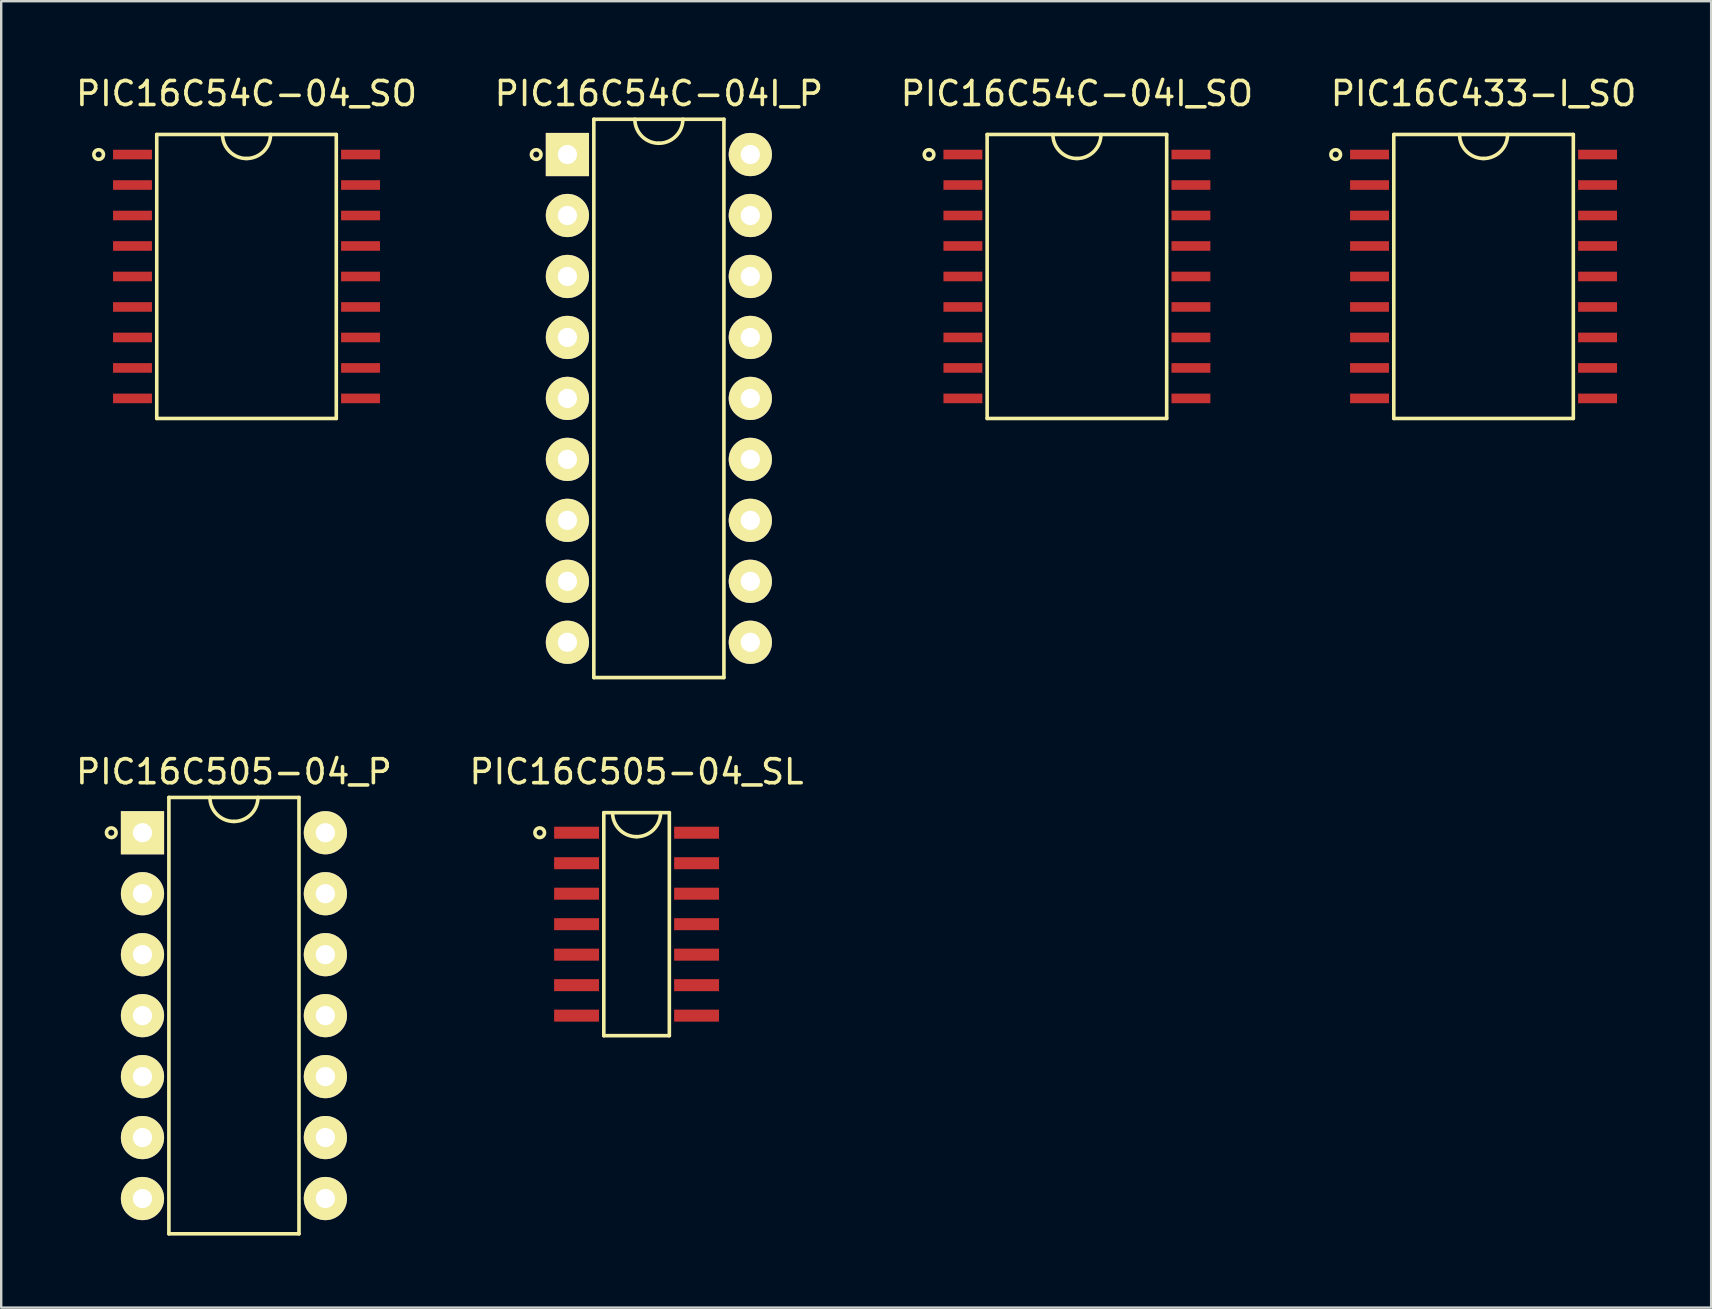
<source format=kicad_pcb>
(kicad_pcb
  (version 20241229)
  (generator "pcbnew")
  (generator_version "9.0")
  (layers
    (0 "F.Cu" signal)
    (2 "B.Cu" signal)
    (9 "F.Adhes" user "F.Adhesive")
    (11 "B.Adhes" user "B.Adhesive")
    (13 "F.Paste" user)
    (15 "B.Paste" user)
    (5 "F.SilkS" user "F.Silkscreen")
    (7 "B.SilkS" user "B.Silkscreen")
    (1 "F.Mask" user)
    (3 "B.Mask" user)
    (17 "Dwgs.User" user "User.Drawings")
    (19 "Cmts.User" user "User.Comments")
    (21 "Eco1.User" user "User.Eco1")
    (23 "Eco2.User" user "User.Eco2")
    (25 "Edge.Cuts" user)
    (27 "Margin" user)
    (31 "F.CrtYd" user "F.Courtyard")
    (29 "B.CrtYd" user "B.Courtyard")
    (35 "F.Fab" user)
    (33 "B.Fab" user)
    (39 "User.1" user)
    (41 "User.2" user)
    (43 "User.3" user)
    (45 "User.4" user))
  (footprint "PIC16C54C-04I_P"
    (layer "F.Cu")
    (at 20.589 3.388)
    (property "Reference" "PIC16C54C-04I_P" (at 3.81 -2.54 0) (layer "F.SilkS") (effects (font (size 1 1) (thickness 0.15))))
    (attr through_hole)
    (fp_line (start 1.1 -1.47) (end 6.52 -1.47) (stroke (width 0.15) (type solid)) (layer "F.SilkS"))
    (fp_line (start 1.1 21.79) (end 1.1 -1.47) (stroke (width 0.15) (type solid)) (layer "F.SilkS"))
    (fp_line (start 6.52 -1.47) (end 6.52 21.79) (stroke (width 0.15) (type solid)) (layer "F.SilkS"))
    (fp_line (start 6.52 21.79) (end 1.1 21.79) (stroke (width 0.15) (type solid)) (layer "F.SilkS"))
    (fp_arc (start 3.81 -0.47) (mid 3.102893 -0.762893) (end 2.81 -1.47) (stroke (width 0.15) (type solid)) (layer "F.SilkS"))
    (fp_arc (start 4.81 -1.47) (mid 4.517107 -0.762893) (end 3.81 -0.47) (stroke (width 0.15) (type solid)) (layer "F.SilkS"))
    (fp_circle (center -1.3 0) (end -1.3 0.2) (stroke (width 0.15) (type solid)) (fill no) (layer "F.SilkS"))
    (pad "1" thru_hole rect (at 0 0) (size 1.8 1.8) (drill 0.8) (layers "*.Cu" "*.Mask" "F.SilkS"))
    (pad "2" thru_hole circle (at 0 2.54) (size 1.8 1.8) (drill 0.8) (layers "*.Cu" "*.Mask" "F.SilkS"))
    (pad "3" thru_hole circle (at 0 5.08) (size 1.8 1.8) (drill 0.8) (layers "*.Cu" "*.Mask" "F.SilkS"))
    (pad "4" thru_hole circle (at 0 7.62) (size 1.8 1.8) (drill 0.8) (layers "*.Cu" "*.Mask" "F.SilkS"))
    (pad "5" thru_hole circle (at 0 10.16) (size 1.8 1.8) (drill 0.8) (layers "*.Cu" "*.Mask" "F.SilkS"))
    (pad "6" thru_hole circle (at 0 12.7) (size 1.8 1.8) (drill 0.8) (layers "*.Cu" "*.Mask" "F.SilkS"))
    (pad "7" thru_hole circle (at 0 15.24) (size 1.8 1.8) (drill 0.8) (layers "*.Cu" "*.Mask" "F.SilkS"))
    (pad "8" thru_hole circle (at 0 17.78) (size 1.8 1.8) (drill 0.8) (layers "*.Cu" "*.Mask" "F.SilkS"))
    (pad "9" thru_hole circle (at 0 20.32) (size 1.8 1.8) (drill 0.8) (layers "*.Cu" "*.Mask" "F.SilkS"))
    (pad "10" thru_hole circle (at 7.62 20.32) (size 1.8 1.8) (drill 0.8) (layers "*.Cu" "*.Mask" "F.SilkS"))
    (pad "11" thru_hole circle (at 7.62 17.78) (size 1.8 1.8) (drill 0.8) (layers "*.Cu" "*.Mask" "F.SilkS"))
    (pad "12" thru_hole circle (at 7.62 15.24) (size 1.8 1.8) (drill 0.8) (layers "*.Cu" "*.Mask" "F.SilkS"))
    (pad "13" thru_hole circle (at 7.62 12.7) (size 1.8 1.8) (drill 0.8) (layers "*.Cu" "*.Mask" "F.SilkS"))
    (pad "14" thru_hole circle (at 7.62 10.16) (size 1.8 1.8) (drill 0.8) (layers "*.Cu" "*.Mask" "F.SilkS"))
    (pad "15" thru_hole circle (at 7.62 7.62) (size 1.8 1.8) (drill 0.8) (layers "*.Cu" "*.Mask" "F.SilkS"))
    (pad "16" thru_hole circle (at 7.62 5.08) (size 1.8 1.8) (drill 0.8) (layers "*.Cu" "*.Mask" "F.SilkS"))
    (pad "17" thru_hole circle (at 7.62 2.54) (size 1.8 1.8) (drill 0.8) (layers "*.Cu" "*.Mask" "F.SilkS"))
    (pad "18" thru_hole circle (at 7.62 0) (size 1.8 1.8) (drill 0.8) (layers "*.Cu" "*.Mask" "F.SilkS")))
  (footprint "PIC16C505-04_SL"
    (layer "F.Cu")
    (at 20.97 31.642)
    (property "Reference" "PIC16C505-04_SL" (at 2.5 -2.54 0) (layer "F.SilkS") (effects (font (size 1 1) (thickness 0.15))))
    (attr through_hole)
    (fp_line (start 1.135 -0.835) (end 3.865 -0.835) (stroke (width 0.15) (type solid)) (layer "F.SilkS"))
    (fp_line (start 1.135 8.455) (end 1.135 -0.835) (stroke (width 0.15) (type solid)) (layer "F.SilkS"))
    (fp_line (start 3.865 -0.835) (end 3.865 8.455) (stroke (width 0.15) (type solid)) (layer "F.SilkS"))
    (fp_line (start 3.865 8.455) (end 1.135 8.455) (stroke (width 0.15) (type solid)) (layer "F.SilkS"))
    (fp_arc (start 2.5 0.165) (mid 1.792893 -0.127893) (end 1.5 -0.835) (stroke (width 0.15) (type solid)) (layer "F.SilkS"))
    (fp_arc (start 3.5 -0.835) (mid 3.207107 -0.127893) (end 2.5 0.165) (stroke (width 0.15) (type solid)) (layer "F.SilkS"))
    (fp_circle (center -1.535 0) (end -1.535 0.2) (stroke (width 0.15) (type solid)) (fill no) (layer "F.SilkS"))
    (pad "1" smd rect (at 0 0) (size 1.87 0.5) (layers "F.Cu" "F.Mask" "F.Paste"))
    (pad "2" smd rect (at 0 1.27) (size 1.87 0.5) (layers "F.Cu" "F.Mask" "F.Paste"))
    (pad "3" smd rect (at 0 2.54) (size 1.87 0.5) (layers "F.Cu" "F.Mask" "F.Paste"))
    (pad "4" smd rect (at 0 3.81) (size 1.87 0.5) (layers "F.Cu" "F.Mask" "F.Paste"))
    (pad "5" smd rect (at 0 5.08) (size 1.87 0.5) (layers "F.Cu" "F.Mask" "F.Paste"))
    (pad "6" smd rect (at 0 6.35) (size 1.87 0.5) (layers "F.Cu" "F.Mask" "F.Paste"))
    (pad "7" smd rect (at 0 7.62) (size 1.87 0.5) (layers "F.Cu" "F.Mask" "F.Paste"))
    (pad "8" smd rect (at 5 7.62) (size 1.87 0.5) (layers "F.Cu" "F.Mask" "F.Paste"))
    (pad "9" smd rect (at 5 6.35) (size 1.87 0.5) (layers "F.Cu" "F.Mask" "F.Paste"))
    (pad "10" smd rect (at 5 5.08) (size 1.87 0.5) (layers "F.Cu" "F.Mask" "F.Paste"))
    (pad "11" smd rect (at 5 3.81) (size 1.87 0.5) (layers "F.Cu" "F.Mask" "F.Paste"))
    (pad "12" smd rect (at 5 2.54) (size 1.87 0.5) (layers "F.Cu" "F.Mask" "F.Paste"))
    (pad "13" smd rect (at 5 1.27) (size 1.87 0.5) (layers "F.Cu" "F.Mask" "F.Paste"))
    (pad "14" smd rect (at 5 0) (size 1.87 0.5) (layers "F.Cu" "F.Mask" "F.Paste")))
  (footprint "PIC16C54C-04_SO"
    (layer "F.Cu")
    (at 2.47 3.388)
    (property "Reference" "PIC16C54C-04_SO" (at 4.75 -2.54 0) (layer "F.SilkS") (effects (font (size 1 1) (thickness 0.15))))
    (attr through_hole)
    (fp_line (start 1.01 -0.835) (end 8.49 -0.835) (stroke (width 0.15) (type solid)) (layer "F.SilkS"))
    (fp_line (start 1.01 10.995) (end 1.01 -0.835) (stroke (width 0.15) (type solid)) (layer "F.SilkS"))
    (fp_line (start 8.49 -0.835) (end 8.49 10.995) (stroke (width 0.15) (type solid)) (layer "F.SilkS"))
    (fp_line (start 8.49 10.995) (end 1.01 10.995) (stroke (width 0.15) (type solid)) (layer "F.SilkS"))
    (fp_arc (start 4.75 0.165) (mid 4.042893 -0.127893) (end 3.75 -0.835) (stroke (width 0.15) (type solid)) (layer "F.SilkS"))
    (fp_arc (start 5.75 -0.835) (mid 5.457107 -0.127893) (end 4.75 0.165) (stroke (width 0.15) (type solid)) (layer "F.SilkS"))
    (fp_circle (center -1.41 0) (end -1.41 0.2) (stroke (width 0.15) (type solid)) (fill no) (layer "F.SilkS"))
    (pad "1" smd rect (at 0 0) (size 1.62 0.4) (layers "F.Cu" "F.Mask" "F.Paste"))
    (pad "2" smd rect (at 0 1.27) (size 1.62 0.4) (layers "F.Cu" "F.Mask" "F.Paste"))
    (pad "3" smd rect (at 0 2.54) (size 1.62 0.4) (layers "F.Cu" "F.Mask" "F.Paste"))
    (pad "4" smd rect (at 0 3.81) (size 1.62 0.4) (layers "F.Cu" "F.Mask" "F.Paste"))
    (pad "5" smd rect (at 0 5.08) (size 1.62 0.4) (layers "F.Cu" "F.Mask" "F.Paste"))
    (pad "6" smd rect (at 0 6.35) (size 1.62 0.4) (layers "F.Cu" "F.Mask" "F.Paste"))
    (pad "7" smd rect (at 0 7.62) (size 1.62 0.4) (layers "F.Cu" "F.Mask" "F.Paste"))
    (pad "8" smd rect (at 0 8.89) (size 1.62 0.4) (layers "F.Cu" "F.Mask" "F.Paste"))
    (pad "9" smd rect (at 0 10.16) (size 1.62 0.4) (layers "F.Cu" "F.Mask" "F.Paste"))
    (pad "10" smd rect (at 9.5 10.16) (size 1.62 0.4) (layers "F.Cu" "F.Mask" "F.Paste"))
    (pad "11" smd rect (at 9.5 8.89) (size 1.62 0.4) (layers "F.Cu" "F.Mask" "F.Paste"))
    (pad "12" smd rect (at 9.5 7.62) (size 1.62 0.4) (layers "F.Cu" "F.Mask" "F.Paste"))
    (pad "13" smd rect (at 9.5 6.35) (size 1.62 0.4) (layers "F.Cu" "F.Mask" "F.Paste"))
    (pad "14" smd rect (at 9.5 5.08) (size 1.62 0.4) (layers "F.Cu" "F.Mask" "F.Paste"))
    (pad "15" smd rect (at 9.5 3.81) (size 1.62 0.4) (layers "F.Cu" "F.Mask" "F.Paste"))
    (pad "16" smd rect (at 9.5 2.54) (size 1.62 0.4) (layers "F.Cu" "F.Mask" "F.Paste"))
    (pad "17" smd rect (at 9.5 1.27) (size 1.62 0.4) (layers "F.Cu" "F.Mask" "F.Paste"))
    (pad "18" smd rect (at 9.5 0) (size 1.62 0.4) (layers "F.Cu" "F.Mask" "F.Paste")))
  (footprint "PIC16C54C-04I_SO"
    (layer "F.Cu")
    (at 37.065 3.388)
    (property "Reference" "PIC16C54C-04I_SO" (at 4.75 -2.54 0) (layer "F.SilkS") (effects (font (size 1 1) (thickness 0.15))))
    (attr through_hole)
    (fp_line (start 1.01 -0.835) (end 8.49 -0.835) (stroke (width 0.15) (type solid)) (layer "F.SilkS"))
    (fp_line (start 1.01 10.995) (end 1.01 -0.835) (stroke (width 0.15) (type solid)) (layer "F.SilkS"))
    (fp_line (start 8.49 -0.835) (end 8.49 10.995) (stroke (width 0.15) (type solid)) (layer "F.SilkS"))
    (fp_line (start 8.49 10.995) (end 1.01 10.995) (stroke (width 0.15) (type solid)) (layer "F.SilkS"))
    (fp_arc (start 4.75 0.165) (mid 4.042893 -0.127893) (end 3.75 -0.835) (stroke (width 0.15) (type solid)) (layer "F.SilkS"))
    (fp_arc (start 5.75 -0.835) (mid 5.457107 -0.127893) (end 4.75 0.165) (stroke (width 0.15) (type solid)) (layer "F.SilkS"))
    (fp_circle (center -1.41 0) (end -1.41 0.2) (stroke (width 0.15) (type solid)) (fill no) (layer "F.SilkS"))
    (pad "1" smd rect (at 0 0) (size 1.62 0.4) (layers "F.Cu" "F.Mask" "F.Paste"))
    (pad "2" smd rect (at 0 1.27) (size 1.62 0.4) (layers "F.Cu" "F.Mask" "F.Paste"))
    (pad "3" smd rect (at 0 2.54) (size 1.62 0.4) (layers "F.Cu" "F.Mask" "F.Paste"))
    (pad "4" smd rect (at 0 3.81) (size 1.62 0.4) (layers "F.Cu" "F.Mask" "F.Paste"))
    (pad "5" smd rect (at 0 5.08) (size 1.62 0.4) (layers "F.Cu" "F.Mask" "F.Paste"))
    (pad "6" smd rect (at 0 6.35) (size 1.62 0.4) (layers "F.Cu" "F.Mask" "F.Paste"))
    (pad "7" smd rect (at 0 7.62) (size 1.62 0.4) (layers "F.Cu" "F.Mask" "F.Paste"))
    (pad "8" smd rect (at 0 8.89) (size 1.62 0.4) (layers "F.Cu" "F.Mask" "F.Paste"))
    (pad "9" smd rect (at 0 10.16) (size 1.62 0.4) (layers "F.Cu" "F.Mask" "F.Paste"))
    (pad "10" smd rect (at 9.5 10.16) (size 1.62 0.4) (layers "F.Cu" "F.Mask" "F.Paste"))
    (pad "11" smd rect (at 9.5 8.89) (size 1.62 0.4) (layers "F.Cu" "F.Mask" "F.Paste"))
    (pad "12" smd rect (at 9.5 7.62) (size 1.62 0.4) (layers "F.Cu" "F.Mask" "F.Paste"))
    (pad "13" smd rect (at 9.5 6.35) (size 1.62 0.4) (layers "F.Cu" "F.Mask" "F.Paste"))
    (pad "14" smd rect (at 9.5 5.08) (size 1.62 0.4) (layers "F.Cu" "F.Mask" "F.Paste"))
    (pad "15" smd rect (at 9.5 3.81) (size 1.62 0.4) (layers "F.Cu" "F.Mask" "F.Paste"))
    (pad "16" smd rect (at 9.5 2.54) (size 1.62 0.4) (layers "F.Cu" "F.Mask" "F.Paste"))
    (pad "17" smd rect (at 9.5 1.27) (size 1.62 0.4) (layers "F.Cu" "F.Mask" "F.Paste"))
    (pad "18" smd rect (at 9.5 0) (size 1.62 0.4) (layers "F.Cu" "F.Mask" "F.Paste")))
  (footprint "PIC16C433-I_SO"
    (layer "F.Cu")
    (at 54.006 3.388)
    (property "Reference" "PIC16C433-I_SO" (at 4.75 -2.54 0) (layer "F.SilkS") (effects (font (size 1 1) (thickness 0.15))))
    (attr through_hole)
    (fp_line (start 1.01 -0.835) (end 8.49 -0.835) (stroke (width 0.15) (type solid)) (layer "F.SilkS"))
    (fp_line (start 1.01 10.995) (end 1.01 -0.835) (stroke (width 0.15) (type solid)) (layer "F.SilkS"))
    (fp_line (start 8.49 -0.835) (end 8.49 10.995) (stroke (width 0.15) (type solid)) (layer "F.SilkS"))
    (fp_line (start 8.49 10.995) (end 1.01 10.995) (stroke (width 0.15) (type solid)) (layer "F.SilkS"))
    (fp_arc (start 4.75 0.165) (mid 4.042893 -0.127893) (end 3.75 -0.835) (stroke (width 0.15) (type solid)) (layer "F.SilkS"))
    (fp_arc (start 5.75 -0.835) (mid 5.457107 -0.127893) (end 4.75 0.165) (stroke (width 0.15) (type solid)) (layer "F.SilkS"))
    (fp_circle (center -1.41 0) (end -1.41 0.2) (stroke (width 0.15) (type solid)) (fill no) (layer "F.SilkS"))
    (pad "1" smd rect (at 0 0) (size 1.62 0.4) (layers "F.Cu" "F.Mask" "F.Paste"))
    (pad "2" smd rect (at 0 1.27) (size 1.62 0.4) (layers "F.Cu" "F.Mask" "F.Paste"))
    (pad "3" smd rect (at 0 2.54) (size 1.62 0.4) (layers "F.Cu" "F.Mask" "F.Paste"))
    (pad "4" smd rect (at 0 3.81) (size 1.62 0.4) (layers "F.Cu" "F.Mask" "F.Paste"))
    (pad "5" smd rect (at 0 5.08) (size 1.62 0.4) (layers "F.Cu" "F.Mask" "F.Paste"))
    (pad "6" smd rect (at 0 6.35) (size 1.62 0.4) (layers "F.Cu" "F.Mask" "F.Paste"))
    (pad "7" smd rect (at 0 7.62) (size 1.62 0.4) (layers "F.Cu" "F.Mask" "F.Paste"))
    (pad "8" smd rect (at 0 8.89) (size 1.62 0.4) (layers "F.Cu" "F.Mask" "F.Paste"))
    (pad "9" smd rect (at 0 10.16) (size 1.62 0.4) (layers "F.Cu" "F.Mask" "F.Paste"))
    (pad "10" smd rect (at 9.5 10.16) (size 1.62 0.4) (layers "F.Cu" "F.Mask" "F.Paste"))
    (pad "11" smd rect (at 9.5 8.89) (size 1.62 0.4) (layers "F.Cu" "F.Mask" "F.Paste"))
    (pad "12" smd rect (at 9.5 7.62) (size 1.62 0.4) (layers "F.Cu" "F.Mask" "F.Paste"))
    (pad "13" smd rect (at 9.5 6.35) (size 1.62 0.4) (layers "F.Cu" "F.Mask" "F.Paste"))
    (pad "14" smd rect (at 9.5 5.08) (size 1.62 0.4) (layers "F.Cu" "F.Mask" "F.Paste"))
    (pad "15" smd rect (at 9.5 3.81) (size 1.62 0.4) (layers "F.Cu" "F.Mask" "F.Paste"))
    (pad "16" smd rect (at 9.5 2.54) (size 1.62 0.4) (layers "F.Cu" "F.Mask" "F.Paste"))
    (pad "17" smd rect (at 9.5 1.27) (size 1.62 0.4) (layers "F.Cu" "F.Mask" "F.Paste"))
    (pad "18" smd rect (at 9.5 0) (size 1.62 0.4) (layers "F.Cu" "F.Mask" "F.Paste")))
  (footprint "PIC16C505-04_P"
    (layer "F.Cu")
    (at 2.886 31.642)
    (property "Reference" "PIC16C505-04_P" (at 3.81 -2.54 0) (layer "F.SilkS") (effects (font (size 1 1) (thickness 0.15))))
    (attr through_hole)
    (fp_line (start 1.1 -1.47) (end 6.52 -1.47) (stroke (width 0.15) (type solid)) (layer "F.SilkS"))
    (fp_line (start 1.1 16.71) (end 1.1 -1.47) (stroke (width 0.15) (type solid)) (layer "F.SilkS"))
    (fp_line (start 6.52 -1.47) (end 6.52 16.71) (stroke (width 0.15) (type solid)) (layer "F.SilkS"))
    (fp_line (start 6.52 16.71) (end 1.1 16.71) (stroke (width 0.15) (type solid)) (layer "F.SilkS"))
    (fp_arc (start 3.81 -0.47) (mid 3.102893 -0.762893) (end 2.81 -1.47) (stroke (width 0.15) (type solid)) (layer "F.SilkS"))
    (fp_arc (start 4.81 -1.47) (mid 4.517107 -0.762893) (end 3.81 -0.47) (stroke (width 0.15) (type solid)) (layer "F.SilkS"))
    (fp_circle (center -1.3 0) (end -1.3 0.2) (stroke (width 0.15) (type solid)) (fill no) (layer "F.SilkS"))
    (pad "1" thru_hole rect (at 0 0) (size 1.8 1.8) (drill 0.8) (layers "*.Cu" "*.Mask" "F.SilkS"))
    (pad "2" thru_hole circle (at 0 2.54) (size 1.8 1.8) (drill 0.8) (layers "*.Cu" "*.Mask" "F.SilkS"))
    (pad "3" thru_hole circle (at 0 5.08) (size 1.8 1.8) (drill 0.8) (layers "*.Cu" "*.Mask" "F.SilkS"))
    (pad "4" thru_hole circle (at 0 7.62) (size 1.8 1.8) (drill 0.8) (layers "*.Cu" "*.Mask" "F.SilkS"))
    (pad "5" thru_hole circle (at 0 10.16) (size 1.8 1.8) (drill 0.8) (layers "*.Cu" "*.Mask" "F.SilkS"))
    (pad "6" thru_hole circle (at 0 12.7) (size 1.8 1.8) (drill 0.8) (layers "*.Cu" "*.Mask" "F.SilkS"))
    (pad "7" thru_hole circle (at 0 15.24) (size 1.8 1.8) (drill 0.8) (layers "*.Cu" "*.Mask" "F.SilkS"))
    (pad "8" thru_hole circle (at 7.62 15.24) (size 1.8 1.8) (drill 0.8) (layers "*.Cu" "*.Mask" "F.SilkS"))
    (pad "9" thru_hole circle (at 7.62 12.7) (size 1.8 1.8) (drill 0.8) (layers "*.Cu" "*.Mask" "F.SilkS"))
    (pad "10" thru_hole circle (at 7.62 10.16) (size 1.8 1.8) (drill 0.8) (layers "*.Cu" "*.Mask" "F.SilkS"))
    (pad "11" thru_hole circle (at 7.62 7.62) (size 1.8 1.8) (drill 0.8) (layers "*.Cu" "*.Mask" "F.SilkS"))
    (pad "12" thru_hole circle (at 7.62 5.08) (size 1.8 1.8) (drill 0.8) (layers "*.Cu" "*.Mask" "F.SilkS"))
    (pad "13" thru_hole circle (at 7.62 2.54) (size 1.8 1.8) (drill 0.8) (layers "*.Cu" "*.Mask" "F.SilkS"))
    (pad "14" thru_hole circle (at 7.62 0) (size 1.8 1.8) (drill 0.8) (layers "*.Cu" "*.Mask" "F.SilkS")))
  (gr_rect
    (start -3 -3)
    (end 68.238 51.426)
    (stroke (width 0.1) (type default))
    (fill no)
    (layer "Edge.Cuts")))
</source>
